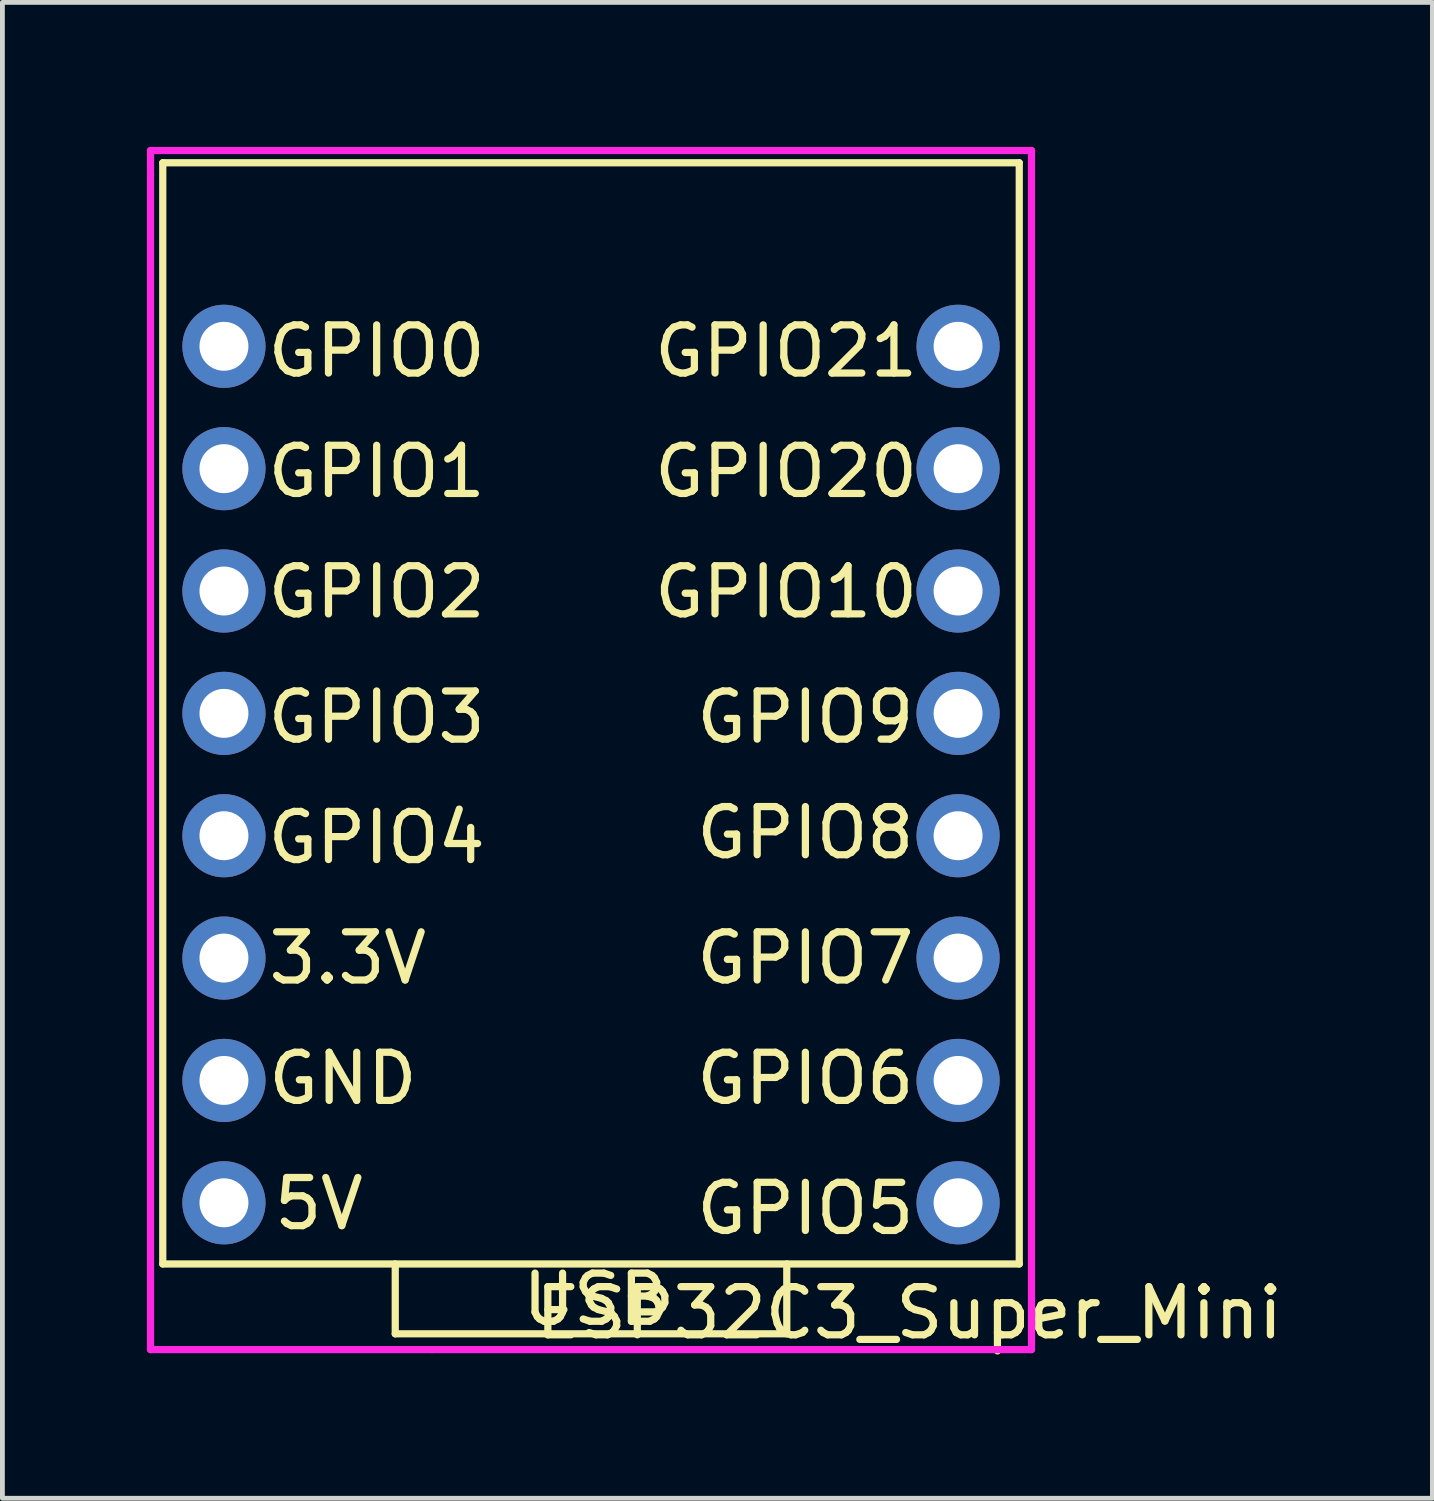
<source format=kicad_pcb>
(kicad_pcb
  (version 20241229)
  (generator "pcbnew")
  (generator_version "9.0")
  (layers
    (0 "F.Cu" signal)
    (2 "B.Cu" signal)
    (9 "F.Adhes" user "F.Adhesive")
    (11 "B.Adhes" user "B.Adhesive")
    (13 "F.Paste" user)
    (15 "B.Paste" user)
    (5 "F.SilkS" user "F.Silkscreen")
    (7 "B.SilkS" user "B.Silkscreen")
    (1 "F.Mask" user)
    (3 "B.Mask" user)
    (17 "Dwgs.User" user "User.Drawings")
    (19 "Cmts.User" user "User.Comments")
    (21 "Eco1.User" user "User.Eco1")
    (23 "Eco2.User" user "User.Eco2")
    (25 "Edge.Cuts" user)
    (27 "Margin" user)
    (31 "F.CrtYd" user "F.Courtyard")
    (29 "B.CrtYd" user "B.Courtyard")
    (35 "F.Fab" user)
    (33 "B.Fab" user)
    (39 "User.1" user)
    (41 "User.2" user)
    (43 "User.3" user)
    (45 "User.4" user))
  (footprint "ESP32C3_Super_Mini"
    (layer "F.Cu")
    (at 9.219 23.189)
    (property "Reference" "ESP32C3_Super_Mini" (at 6.604 1.016 0) (layer "F.SilkS") (effects (font (size 1 1) (thickness 0.15))))
    (attr through_hole)
    (fp_line (start -8.89 -22.86) (end -8.89 0) (stroke (width 0.15) (type solid)) (layer "F.SilkS"))
    (fp_line (start -8.89 -22.86) (end 8.89 -22.86) (stroke (width 0.15) (type solid)) (layer "F.SilkS"))
    (fp_line (start -8.89 0) (end 8.89 0) (stroke (width 0.15) (type solid)) (layer "F.SilkS"))
    (fp_line (start -4.064 0) (end -4.064 1.45) (stroke (width 0.15) (type solid)) (layer "F.SilkS"))
    (fp_line (start -4.064 1.45) (end 4.064 1.45) (stroke (width 0.15) (type solid)) (layer "F.SilkS"))
    (fp_line (start 4.064 1.45) (end 4.064 0) (stroke (width 0.15) (type solid)) (layer "F.SilkS"))
    (fp_line (start 8.89 -22.86) (end 8.89 0) (stroke (width 0.15) (type solid)) (layer "F.SilkS"))
    (fp_line (start -9.144 -23.114) (end 9.144 -23.114) (stroke (width 0.15) (type solid)) (layer "F.CrtYd"))
    (fp_line (start -9.144 -22.606) (end -9.144 -23.114) (stroke (width 0.15) (type solid)) (layer "F.CrtYd"))
    (fp_line (start -9.144 1.778) (end -9.144 -22.606) (stroke (width 0.15) (type solid)) (layer "F.CrtYd"))
    (fp_line (start -3.302 1.778) (end -9.144 1.778) (stroke (width 0.15) (type solid)) (layer "F.CrtYd"))
    (fp_line (start 9.144 -23.114) (end 9.144 1.778) (stroke (width 0.15) (type solid)) (layer "F.CrtYd"))
    (fp_line (start 9.144 1.778) (end -3.302 1.778) (stroke (width 0.15) (type solid)) (layer "F.CrtYd"))
    (fp_text user "GPIO10" (at 4.05 -13.95 180) (layer "F.SilkS") (effects (font (size 1 1) (thickness 0.15))))
    (fp_text user "3.3V" (at -5.05 -6.35 180) (layer "F.SilkS") (effects (font (size 1 1) (thickness 0.15))))
    (fp_text user "GPIO4" (at -4.45 -8.85 180) (layer "F.SilkS") (effects (font (size 1 1) (thickness 0.15))))
    (fp_text user "GPIO21" (at 4.05 -18.95 180) (layer "F.SilkS") (effects (font (size 1 1) (thickness 0.15))))
    (fp_text user "GPIO7" (at 4.45 -6.35 180) (layer "F.SilkS") (effects (font (size 1 1) (thickness 0.15))))
    (fp_text user "GPIO20" (at 4.05 -16.45 180) (layer "F.SilkS") (effects (font (size 1 1) (thickness 0.15))))
    (fp_text user "GPIO6" (at 4.45 -3.85 180) (layer "F.SilkS") (effects (font (size 1 1) (thickness 0.15))))
    (fp_text user "USB" (at 0.1 0.735 0) (layer "F.SilkS") (effects (font (size 1 1) (thickness 0.15) (bold yes))))
    (fp_text user "GPIO0" (at -4.45 -18.95 180) (layer "F.SilkS") (effects (font (size 1 1) (thickness 0.15))))
    (fp_text user "GPIO9" (at 4.45 -11.35 180) (layer "F.SilkS") (effects (font (size 1 1) (thickness 0.15))))
    (fp_text user "GND" (at -5.15 -3.85 180) (layer "F.SilkS") (effects (font (size 1 1) (thickness 0.15))))
    (fp_text user "GPIO8" (at 4.45 -8.95 180) (layer "F.SilkS") (effects (font (size 1 1) (thickness 0.15))))
    (fp_text user "GPIO2" (at -4.45 -13.95 180) (layer "F.SilkS") (effects (font (size 1 1) (thickness 0.15))))
    (fp_text user "GPIO1" (at -4.45 -16.45 180) (layer "F.SilkS") (effects (font (size 1 1) (thickness 0.15))))
    (fp_text user "GPIO3" (at -4.45 -11.35 180) (layer "F.SilkS") (effects (font (size 1 1) (thickness 0.15))))
    (fp_text user "5V" (at -5.65 -1.25 180) (layer "F.SilkS") (effects (font (size 1 1) (thickness 0.15) (bold yes))))
    (fp_text user "GPIO5" (at 4.45 -1.15 180) (layer "F.SilkS") (effects (font (size 1 1) (thickness 0.15))))
    (pad "0" thru_hole circle (at -7.62 -19.05) (size 1.727 1.727) (drill 1.016) (layers "*.Cu" "*.Mask"))
    (pad "1" thru_hole circle (at -7.62 -16.51) (size 1.727 1.727) (drill 1.016) (layers "*.Cu" "*.Mask"))
    (pad "2" thru_hole circle (at -7.62 -13.97) (size 1.727 1.727) (drill 1.016) (layers "*.Cu" "*.Mask"))
    (pad "3" thru_hole circle (at -7.62 -11.43) (size 1.727 1.727) (drill 1.016) (layers "*.Cu" "*.Mask"))
    (pad "3V3" thru_hole circle (at -7.62 -6.35) (size 1.727 1.727) (drill 1.016) (layers "*.Cu" "*.Mask"))
    (pad "4" thru_hole circle (at -7.62 -8.89) (size 1.727 1.727) (drill 1.016) (layers "*.Cu" "*.Mask"))
    (pad "5" thru_hole circle (at 7.62 -1.27) (size 1.727 1.727) (drill 1.016) (layers "*.Cu" "*.Mask"))
    (pad "5V" thru_hole circle (at -7.62 -1.27) (size 1.727 1.727) (drill 1.016) (layers "*.Cu" "*.Mask"))
    (pad "6" thru_hole circle (at 7.62 -3.81) (size 1.727 1.727) (drill 1.016) (layers "*.Cu" "*.Mask"))
    (pad "7" thru_hole circle (at 7.62 -6.35) (size 1.727 1.727) (drill 1.016) (layers "*.Cu" "*.Mask"))
    (pad "8" thru_hole circle (at 7.62 -8.89) (size 1.727 1.727) (drill 1.016) (layers "*.Cu" "*.Mask"))
    (pad "9" thru_hole circle (at 7.62 -11.43) (size 1.727 1.727) (drill 1.016) (layers "*.Cu" "*.Mask"))
    (pad "10" thru_hole circle (at 7.62 -13.97) (size 1.727 1.727) (drill 1.016) (layers "*.Cu" "*.Mask"))
    (pad "20" thru_hole circle (at 7.62 -16.51) (size 1.727 1.727) (drill 1.016) (layers "*.Cu" "*.Mask"))
    (pad "21" thru_hole circle (at 7.62 -19.05) (size 1.727 1.727) (drill 1.016) (layers "*.Cu" "*.Mask"))
    (pad "GND" thru_hole circle (at -7.62 -3.81) (size 1.727 1.727) (drill 1.016) (layers "*.Cu" "*.Mask")))
  (gr_rect
    (start -3 -3)
    (end 26.686 28.053)
    (stroke (width 0.1) (type default))
    (fill no)
    (layer "Edge.Cuts")))
</source>
